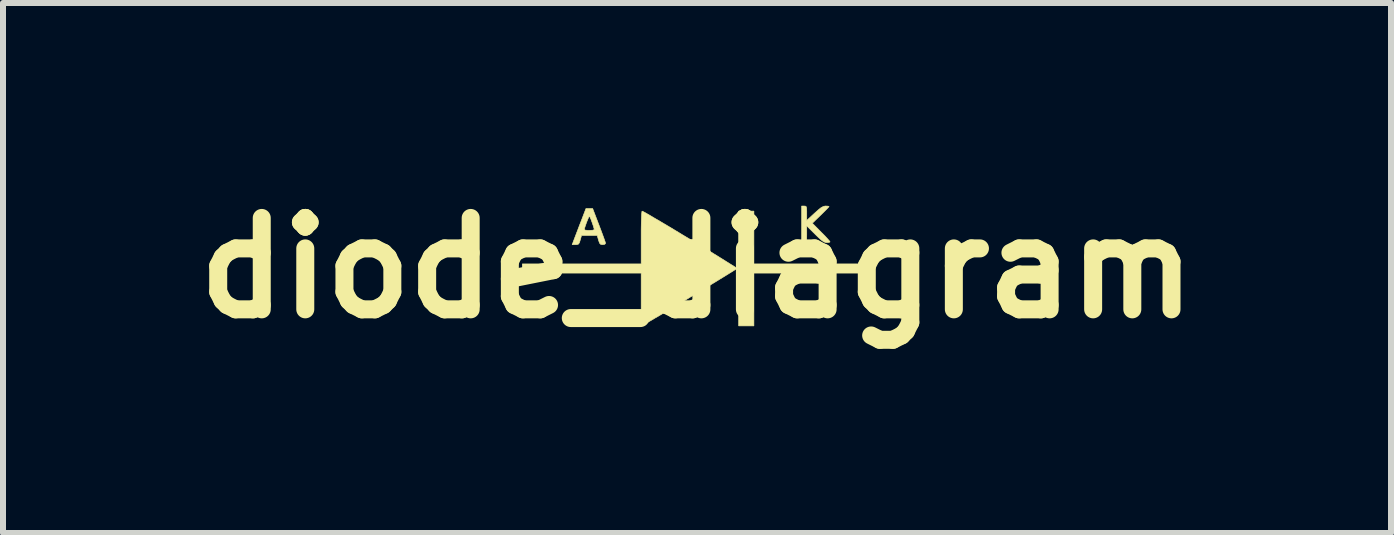
<source format=kicad_pcb>
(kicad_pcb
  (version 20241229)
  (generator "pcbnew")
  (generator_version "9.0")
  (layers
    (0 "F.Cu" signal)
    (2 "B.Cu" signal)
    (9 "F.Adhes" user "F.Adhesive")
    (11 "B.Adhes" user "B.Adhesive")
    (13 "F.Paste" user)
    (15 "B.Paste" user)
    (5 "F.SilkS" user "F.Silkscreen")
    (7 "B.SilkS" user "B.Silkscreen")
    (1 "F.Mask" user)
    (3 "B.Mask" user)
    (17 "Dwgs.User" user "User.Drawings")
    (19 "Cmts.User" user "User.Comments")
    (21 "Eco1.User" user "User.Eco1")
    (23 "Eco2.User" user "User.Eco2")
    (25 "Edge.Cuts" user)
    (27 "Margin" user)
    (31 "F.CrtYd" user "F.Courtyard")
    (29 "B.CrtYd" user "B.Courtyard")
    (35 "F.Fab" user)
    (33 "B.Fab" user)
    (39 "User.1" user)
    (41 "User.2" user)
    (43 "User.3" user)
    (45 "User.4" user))
  (footprint "diode_diagram"
    (layer "F.Cu")
    (at 8.571 1.418)
    (property "Reference" "diode_diagram" (at 0 0 0) (layer "F.SilkS") (effects (font (size 1.524 1.524) (thickness 0.3))))
    (attr through_hole)
    (fp_poly (pts (xy 0.948 -0.068) (xy 2.913 -0.068) (xy 2.913 0.085) (xy 0.948 0.085) (xy 0.948 0.965) (xy 0.694 0.965) (xy 0.694 -0.948) (xy 0.948 -0.948) (xy 0.948 -0.068)) (stroke (width 0.01) (type solid)) (fill yes) (layer "F.SilkS"))
    (fp_poly (pts (xy 1.808 -1.031) (xy 1.821 -1.021) (xy 1.827 -0.995) (xy 1.829 -0.947) (xy 1.829 -0.913) (xy 1.829 -0.793) (xy 1.959 -0.913) (xy 2.022 -0.969) (xy 2.068 -1.006) (xy 2.104 -1.025) (xy 2.135 -1.033) (xy 2.145 -1.033) (xy 2.183 -1.031) (xy 2.201 -1.026) (xy 2.201 -1.025) (xy 2.19 -1.011) (xy 2.159 -0.978) (xy 2.113 -0.932) (xy 2.062 -0.882) (xy 1.922 -0.747) (xy 2.07 -0.597) (xy 2.127 -0.54) (xy 2.173 -0.49) (xy 2.205 -0.454) (xy 2.218 -0.436) (xy 2.218 -0.436) (xy 2.203 -0.427) (xy 2.167 -0.423) (xy 2.164 -0.423) (xy 2.136 -0.427) (xy 2.106 -0.441) (xy 2.069 -0.468) (xy 2.019 -0.514) (xy 1.969 -0.563) (xy 1.829 -0.702) (xy 1.829 -0.563) (xy 1.828 -0.494) (xy 1.826 -0.453) (xy 1.819 -0.432) (xy 1.805 -0.424) (xy 1.786 -0.423) (xy 1.744 -0.423) (xy 1.744 -1.033) (xy 1.786 -1.033) (xy 1.808 -1.031)) (stroke (width 0.01) (type solid)) (fill yes) (layer "F.SilkS"))
    (fp_poly (pts (xy -0.897 -0.94) (xy -0.853 -0.916) (xy -0.787 -0.878) (xy -0.703 -0.828) (xy -0.602 -0.769) (xy -0.489 -0.702) (xy -0.367 -0.629) (xy -0.239 -0.551) (xy -0.108 -0.472) (xy 0.023 -0.393) (xy 0.15 -0.316) (xy 0.27 -0.243) (xy 0.38 -0.175) (xy 0.476 -0.115) (xy 0.556 -0.065) (xy 0.617 -0.027) (xy 0.654 -0.002) (xy 0.665 0.008) (xy 0.651 0.018) (xy 0.611 0.044) (xy 0.548 0.083) (xy 0.466 0.134) (xy 0.368 0.194) (xy 0.257 0.262) (xy 0.136 0.335) (xy 0.009 0.412) (xy -0.122 0.491) (xy -0.252 0.569) (xy -0.379 0.645) (xy -0.5 0.717) (xy -0.611 0.783) (xy -0.709 0.84) (xy -0.79 0.888) (xy -0.852 0.923) (xy -0.885 0.941) (xy -0.931 0.966) (xy -0.931 0.085) (xy -2.913 0.085) (xy -2.913 -0.068) (xy -0.931 -0.068) (xy -0.931 -0.508) (xy -0.931 -0.637) (xy -0.929 -0.748) (xy -0.926 -0.838) (xy -0.923 -0.903) (xy -0.919 -0.941) (xy -0.916 -0.948) (xy -0.897 -0.94)) (stroke (width 0.01) (type solid)) (fill yes) (layer "F.SilkS"))
    (fp_poly (pts (xy -1.633 -0.711) (xy -1.598 -0.619) (xy -1.568 -0.538) (xy -1.544 -0.472) (xy -1.529 -0.428) (xy -1.525 -0.411) (xy -1.539 -0.395) (xy -1.573 -0.389) (xy -1.604 -0.393) (xy -1.623 -0.411) (xy -1.638 -0.45) (xy -1.643 -0.466) (xy -1.664 -0.542) (xy -1.926 -0.542) (xy -1.947 -0.466) (xy -1.962 -0.419) (xy -1.979 -0.397) (xy -2.007 -0.39) (xy -2.025 -0.389) (xy -2.082 -0.389) (xy -2.045 -0.487) (xy -2.024 -0.542) (xy -1.995 -0.618) (xy -1.987 -0.639) (xy -1.88 -0.639) (xy -1.864 -0.632) (xy -1.825 -0.627) (xy -1.794 -0.627) (xy -1.739 -0.63) (xy -1.715 -0.639) (xy -1.714 -0.648) (xy -1.73 -0.703) (xy -1.75 -0.761) (xy -1.769 -0.813) (xy -1.786 -0.85) (xy -1.795 -0.864) (xy -1.805 -0.849) (xy -1.821 -0.812) (xy -1.841 -0.763) (xy -1.859 -0.712) (xy -1.874 -0.667) (xy -1.88 -0.64) (xy -1.88 -0.639) (xy -1.987 -0.639) (xy -1.962 -0.705) (xy -1.93 -0.787) (xy -1.852 -0.991) (xy -1.74 -0.991) (xy -1.633 -0.711)) (stroke (width 0.01) (type solid)) (fill yes) (layer "F.SilkS")))
  (gr_rect
    (start -3 -3)
    (end 20.141 5.836)
    (stroke (width 0.1) (type default))
    (fill no)
    (layer "Edge.Cuts")))
</source>
